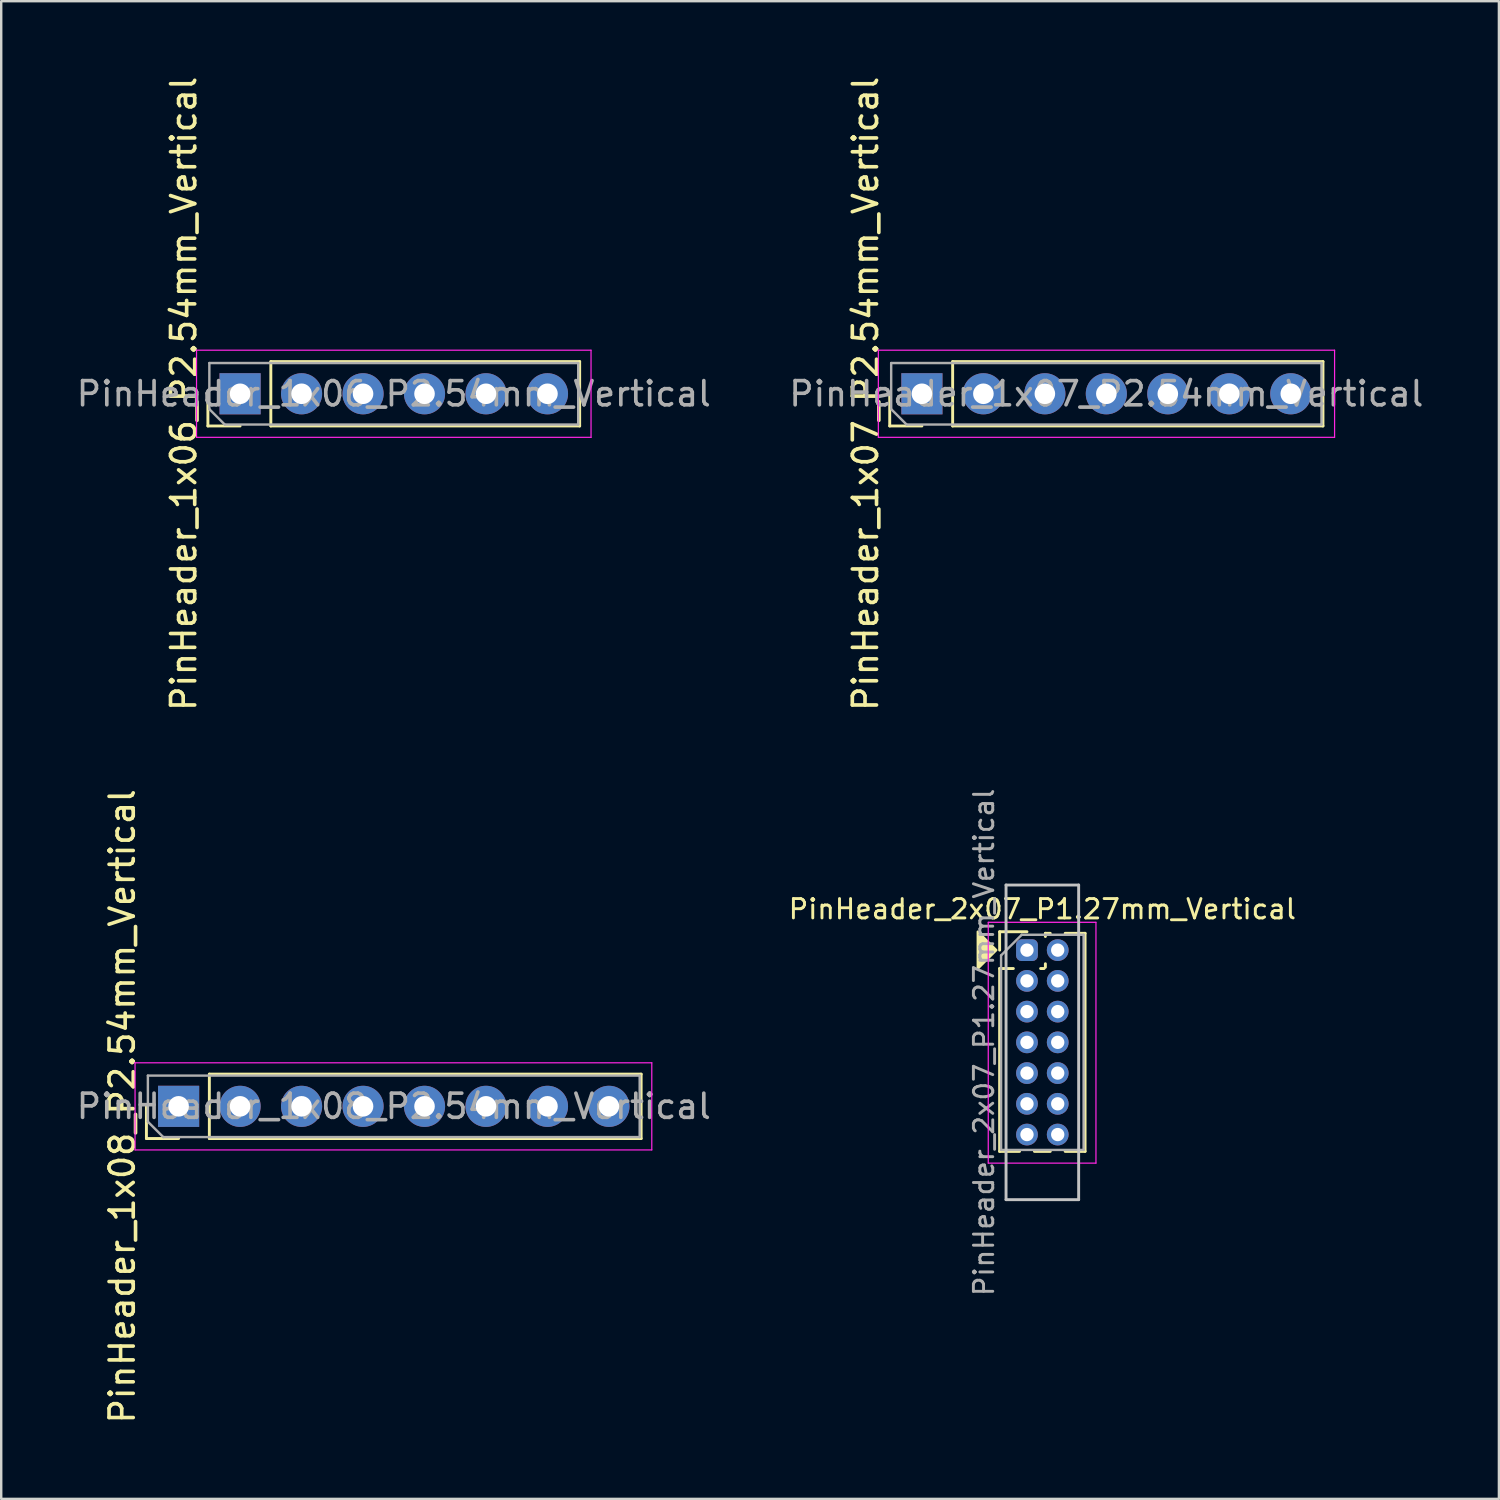
<source format=kicad_pcb>
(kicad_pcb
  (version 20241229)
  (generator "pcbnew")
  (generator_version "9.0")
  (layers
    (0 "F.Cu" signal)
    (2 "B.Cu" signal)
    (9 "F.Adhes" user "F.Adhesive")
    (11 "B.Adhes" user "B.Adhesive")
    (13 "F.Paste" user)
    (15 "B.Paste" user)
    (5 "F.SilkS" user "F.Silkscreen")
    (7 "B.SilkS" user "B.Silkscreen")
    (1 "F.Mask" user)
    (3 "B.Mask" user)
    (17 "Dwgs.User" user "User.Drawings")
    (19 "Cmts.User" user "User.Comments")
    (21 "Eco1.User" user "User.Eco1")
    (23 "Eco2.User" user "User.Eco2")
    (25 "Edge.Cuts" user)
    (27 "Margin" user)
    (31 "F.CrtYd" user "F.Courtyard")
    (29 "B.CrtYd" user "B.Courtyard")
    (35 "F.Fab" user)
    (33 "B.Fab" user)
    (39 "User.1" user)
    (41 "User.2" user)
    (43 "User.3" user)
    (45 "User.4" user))
  (footprint "PinHeader_1x06_P2.54mm_Vertical"
    (layer "F.Cu")
    (at 13.22 13.22)
    (property "Reference" "PinHeader_1x06_P2.54mm_Vertical" (at -8.68 0 90) (layer "F.SilkS") (effects (font (size 1 1) (thickness 0.15))))
    (attr through_hole)
    (fp_line (start -7.68 1.33) (end -7.68 0) (stroke (width 0.12) (type solid)) (layer "F.SilkS"))
    (fp_line (start -6.35 1.33) (end -7.68 1.33) (stroke (width 0.12) (type solid)) (layer "F.SilkS"))
    (fp_line (start -5.08 -1.33) (end 7.68 -1.33) (stroke (width 0.12) (type solid)) (layer "F.SilkS"))
    (fp_line (start -5.08 1.33) (end -5.08 -1.33) (stroke (width 0.12) (type solid)) (layer "F.SilkS"))
    (fp_line (start -5.08 1.33) (end 7.68 1.33) (stroke (width 0.12) (type solid)) (layer "F.SilkS"))
    (fp_line (start 7.68 1.33) (end 7.68 -1.33) (stroke (width 0.12) (type solid)) (layer "F.SilkS"))
    (fp_line (start -8.15 -1.8) (end -8.15 1.8) (stroke (width 0.05) (type solid)) (layer "F.CrtYd"))
    (fp_line (start -8.15 1.8) (end 8.15 1.8) (stroke (width 0.05) (type solid)) (layer "F.CrtYd"))
    (fp_line (start 8.15 -1.8) (end -8.15 -1.8) (stroke (width 0.05) (type solid)) (layer "F.CrtYd"))
    (fp_line (start 8.15 1.8) (end 8.15 -1.8) (stroke (width 0.05) (type solid)) (layer "F.CrtYd"))
    (fp_line (start -7.62 -1.27) (end 7.62 -1.27) (stroke (width 0.1) (type solid)) (layer "F.Fab"))
    (fp_line (start -7.62 0.635) (end -7.62 -1.27) (stroke (width 0.1) (type solid)) (layer "F.Fab"))
    (fp_line (start -6.985 1.27) (end -7.62 0.635) (stroke (width 0.1) (type solid)) (layer "F.Fab"))
    (fp_line (start 7.62 -1.27) (end 7.62 1.27) (stroke (width 0.1) (type solid)) (layer "F.Fab"))
    (fp_line (start 7.62 1.27) (end -6.985 1.27) (stroke (width 0.1) (type solid)) (layer "F.Fab"))
    (fp_text user "${REFERENCE}" (at 0 0 180) (layer "F.Fab") (effects (font (size 1 1) (thickness 0.15))))
    (pad "1" thru_hole rect (at -6.35 0 90) (size 1.7 1.7) (drill 0.85) (layers "*.Cu" "*.Mask"))
    (pad "2" thru_hole oval (at -3.81 0 90) (size 1.7 1.7) (drill 0.85) (layers "*.Cu" "*.Mask"))
    (pad "3" thru_hole oval (at -1.27 0 90) (size 1.7 1.7) (drill 0.85) (layers "*.Cu" "*.Mask"))
    (pad "4" thru_hole oval (at 1.27 0 90) (size 1.7 1.7) (drill 0.85) (layers "*.Cu" "*.Mask"))
    (pad "5" thru_hole oval (at 3.81 0 90) (size 1.7 1.7) (drill 0.85) (layers "*.Cu" "*.Mask"))
    (pad "6" thru_hole oval (at 6.35 0 90) (size 1.7 1.7) (drill 0.85) (layers "*.Cu" "*.Mask")))
  (footprint "PinHeader_2x07_P1.27mm_Vertical"
    (layer "F.Cu")
    (at 39.382 36.207)
    (property "Reference" "PinHeader_2x07_P1.27mm_Vertical" (at 0.635 -1.695 0) (layer "F.SilkS") (effects (font (size 0.8 0.8) (thickness 0.12))))
    (attr through_hole)
    (fp_line (start -1.13 -0.76) (end 0 -0.76) (stroke (width 0.12) (type solid)) (layer "F.SilkS"))
    (fp_line (start -1.13 0) (end -1.13 -0.76) (stroke (width 0.12) (type solid)) (layer "F.SilkS"))
    (fp_line (start -1.13 0.76) (end -1.13 8.315) (stroke (width 0.12) (type solid)) (layer "F.SilkS"))
    (fp_line (start -1.13 0.76) (end -0.563 0.76) (stroke (width 0.12) (type solid)) (layer "F.SilkS"))
    (fp_line (start -1.13 8.315) (end -0.308 8.315) (stroke (width 0.12) (type solid)) (layer "F.SilkS"))
    (fp_line (start 0.308 8.315) (end 0.962 8.315) (stroke (width 0.12) (type solid)) (layer "F.SilkS"))
    (fp_line (start 0.563 0.76) (end 0.707 0.76) (stroke (width 0.12) (type solid)) (layer "F.SilkS"))
    (fp_line (start 0.76 -0.695) (end 0.962 -0.695) (stroke (width 0.12) (type solid)) (layer "F.SilkS"))
    (fp_line (start 0.76 -0.563) (end 0.76 -0.695) (stroke (width 0.12) (type solid)) (layer "F.SilkS"))
    (fp_line (start 0.76 0.707) (end 0.76 0.563) (stroke (width 0.12) (type solid)) (layer "F.SilkS"))
    (fp_line (start 1.578 -0.695) (end 2.4 -0.695) (stroke (width 0.12) (type solid)) (layer "F.SilkS"))
    (fp_line (start 1.578 8.315) (end 2.4 8.315) (stroke (width 0.12) (type solid)) (layer "F.SilkS"))
    (fp_line (start 2.4 -0.695) (end 2.4 8.315) (stroke (width 0.12) (type solid)) (layer "F.SilkS"))
    (fp_poly (pts (xy -1.27 0) (xy -2.032 0.762) (xy -2.032 -0.762)) (stroke (width 0.1) (type solid)) (fill yes) (layer "F.SilkS"))
    (fp_line (start -0.865 -2.69) (end 2.135 -2.69) (stroke (width 0.12) (type solid)) (layer "Dwgs.User"))
    (fp_line (start -0.865 10.31) (end -0.865 -2.69) (stroke (width 0.12) (type solid)) (layer "Dwgs.User"))
    (fp_line (start 2.135 -2.69) (end 2.135 10.31) (stroke (width 0.12) (type solid)) (layer "Dwgs.User"))
    (fp_line (start 2.135 10.31) (end -0.865 10.31) (stroke (width 0.12) (type solid)) (layer "Dwgs.User"))
    (fp_line (start -1.6 -1.15) (end -1.6 8.8) (stroke (width 0.05) (type solid)) (layer "F.CrtYd"))
    (fp_line (start -1.6 8.8) (end 2.85 8.8) (stroke (width 0.05) (type solid)) (layer "F.CrtYd"))
    (fp_line (start 2.85 -1.15) (end -1.6 -1.15) (stroke (width 0.05) (type solid)) (layer "F.CrtYd"))
    (fp_line (start 2.85 8.8) (end 2.85 -1.15) (stroke (width 0.05) (type solid)) (layer "F.CrtYd"))
    (fp_line (start -1.07 0.217) (end -0.217 -0.635) (stroke (width 0.1) (type solid)) (layer "F.Fab"))
    (fp_line (start -1.07 8.255) (end -1.07 0.217) (stroke (width 0.1) (type solid)) (layer "F.Fab"))
    (fp_line (start -0.217 -0.635) (end 2.34 -0.635) (stroke (width 0.1) (type solid)) (layer "F.Fab"))
    (fp_line (start 2.34 -0.635) (end 2.34 8.255) (stroke (width 0.1) (type solid)) (layer "F.Fab"))
    (fp_line (start 2.34 8.255) (end -1.07 8.255) (stroke (width 0.1) (type solid)) (layer "F.Fab"))
    (fp_text user "${REFERENCE}" (at -1.778 3.81 90) (layer "F.Fab") (effects (font (size 0.8 0.8) (thickness 0.12))))
    (pad "1" thru_hole roundrect (at 0 0) (size 0.9 0.9) (drill 0.55) (layers "*.Cu" "*.Mask") (roundrect_rratio 0.25))
    (pad "2" thru_hole circle (at 1.27 0) (size 0.9 0.9) (drill 0.55) (layers "*.Cu" "*.Mask"))
    (pad "3" thru_hole circle (at 0 1.27) (size 0.9 0.9) (drill 0.55) (layers "*.Cu" "*.Mask"))
    (pad "4" thru_hole circle (at 1.27 1.27) (size 0.9 0.9) (drill 0.55) (layers "*.Cu" "*.Mask"))
    (pad "5" thru_hole circle (at 0 2.54) (size 0.9 0.9) (drill 0.55) (layers "*.Cu" "*.Mask"))
    (pad "6" thru_hole circle (at 1.27 2.54) (size 0.9 0.9) (drill 0.55) (layers "*.Cu" "*.Mask"))
    (pad "7" thru_hole circle (at 0 3.81) (size 0.9 0.9) (drill 0.55) (layers "*.Cu" "*.Mask"))
    (pad "8" thru_hole circle (at 1.27 3.81) (size 0.9 0.9) (drill 0.55) (layers "*.Cu" "*.Mask"))
    (pad "9" thru_hole circle (at 0 5.08) (size 0.9 0.9) (drill 0.55) (layers "*.Cu" "*.Mask"))
    (pad "10" thru_hole circle (at 1.27 5.08) (size 0.9 0.9) (drill 0.55) (layers "*.Cu" "*.Mask"))
    (pad "11" thru_hole circle (at 0 6.35) (size 0.9 0.9) (drill 0.55) (layers "*.Cu" "*.Mask"))
    (pad "12" thru_hole circle (at 1.27 6.35) (size 0.9 0.9) (drill 0.55) (layers "*.Cu" "*.Mask"))
    (pad "13" thru_hole circle (at 0 7.62) (size 0.9 0.9) (drill 0.55) (layers "*.Cu" "*.Mask"))
    (pad "14" thru_hole circle (at 1.27 7.62) (size 0.9 0.9) (drill 0.55) (layers "*.Cu" "*.Mask")))
  (footprint "PinHeader_1x08_P2.54mm_Vertical"
    (layer "F.Cu")
    (at 13.22 42.661)
    (property "Reference" "PinHeader_1x08_P2.54mm_Vertical" (at -11.22 0 90) (layer "F.SilkS") (effects (font (size 1 1) (thickness 0.15))))
    (attr through_hole)
    (fp_line (start -10.22 1.33) (end -10.22 0) (stroke (width 0.12) (type solid)) (layer "F.SilkS"))
    (fp_line (start -8.89 1.33) (end -10.22 1.33) (stroke (width 0.12) (type solid)) (layer "F.SilkS"))
    (fp_line (start -7.62 -1.33) (end 10.22 -1.33) (stroke (width 0.12) (type solid)) (layer "F.SilkS"))
    (fp_line (start -7.62 1.33) (end -7.62 -1.33) (stroke (width 0.12) (type solid)) (layer "F.SilkS"))
    (fp_line (start -7.62 1.33) (end 10.22 1.33) (stroke (width 0.12) (type solid)) (layer "F.SilkS"))
    (fp_line (start 10.22 1.33) (end 10.22 -1.33) (stroke (width 0.12) (type solid)) (layer "F.SilkS"))
    (fp_line (start -10.69 -1.8) (end -10.69 1.8) (stroke (width 0.05) (type solid)) (layer "F.CrtYd"))
    (fp_line (start -10.69 1.8) (end 10.66 1.8) (stroke (width 0.05) (type solid)) (layer "F.CrtYd"))
    (fp_line (start 10.66 -1.8) (end -10.69 -1.8) (stroke (width 0.05) (type solid)) (layer "F.CrtYd"))
    (fp_line (start 10.66 1.8) (end 10.66 -1.8) (stroke (width 0.05) (type solid)) (layer "F.CrtYd"))
    (fp_line (start -10.16 -1.27) (end 10.16 -1.27) (stroke (width 0.1) (type solid)) (layer "F.Fab"))
    (fp_line (start -10.16 0.635) (end -10.16 -1.27) (stroke (width 0.1) (type solid)) (layer "F.Fab"))
    (fp_line (start -9.525 1.27) (end -10.16 0.635) (stroke (width 0.1) (type solid)) (layer "F.Fab"))
    (fp_line (start 10.16 -1.27) (end 10.16 1.27) (stroke (width 0.1) (type solid)) (layer "F.Fab"))
    (fp_line (start 10.16 1.27) (end -9.525 1.27) (stroke (width 0.1) (type solid)) (layer "F.Fab"))
    (fp_text user "${REFERENCE}" (at 0 0 180) (layer "F.Fab") (effects (font (size 1 1) (thickness 0.15))))
    (pad "1" thru_hole rect (at -8.89 0 90) (size 1.7 1.7) (drill 0.85) (layers "*.Cu" "*.Mask"))
    (pad "2" thru_hole oval (at -6.35 0 90) (size 1.7 1.7) (drill 0.85) (layers "*.Cu" "*.Mask"))
    (pad "3" thru_hole oval (at -3.81 0 90) (size 1.7 1.7) (drill 0.85) (layers "*.Cu" "*.Mask"))
    (pad "4" thru_hole oval (at -1.27 0 90) (size 1.7 1.7) (drill 0.85) (layers "*.Cu" "*.Mask"))
    (pad "5" thru_hole oval (at 1.27 0 90) (size 1.7 1.7) (drill 0.85) (layers "*.Cu" "*.Mask"))
    (pad "6" thru_hole oval (at 3.81 0 90) (size 1.7 1.7) (drill 0.85) (layers "*.Cu" "*.Mask"))
    (pad "7" thru_hole oval (at 6.35 0 90) (size 1.7 1.7) (drill 0.85) (layers "*.Cu" "*.Mask"))
    (pad "8" thru_hole oval (at 8.89 0 90) (size 1.7 1.7) (drill 0.85) (layers "*.Cu" "*.Mask")))
  (footprint "PinHeader_1x07_P2.54mm_Vertical"
    (layer "F.Cu")
    (at 42.661 13.22)
    (property "Reference" "PinHeader_1x07_P2.54mm_Vertical" (at -9.95 0 90) (layer "F.SilkS") (effects (font (size 1 1) (thickness 0.15))))
    (attr through_hole)
    (fp_line (start -8.95 1.33) (end -8.95 0) (stroke (width 0.12) (type solid)) (layer "F.SilkS"))
    (fp_line (start -7.62 1.33) (end -8.95 1.33) (stroke (width 0.12) (type solid)) (layer "F.SilkS"))
    (fp_line (start -6.35 -1.33) (end 8.95 -1.33) (stroke (width 0.12) (type solid)) (layer "F.SilkS"))
    (fp_line (start -6.35 1.33) (end -6.35 -1.33) (stroke (width 0.12) (type solid)) (layer "F.SilkS"))
    (fp_line (start -6.35 1.33) (end 8.95 1.33) (stroke (width 0.12) (type solid)) (layer "F.SilkS"))
    (fp_line (start 8.95 1.33) (end 8.95 -1.33) (stroke (width 0.12) (type solid)) (layer "F.SilkS"))
    (fp_line (start -9.42 -1.8) (end -9.42 1.8) (stroke (width 0.05) (type solid)) (layer "F.CrtYd"))
    (fp_line (start -9.42 1.8) (end 9.43 1.8) (stroke (width 0.05) (type solid)) (layer "F.CrtYd"))
    (fp_line (start 9.43 -1.8) (end -9.42 -1.8) (stroke (width 0.05) (type solid)) (layer "F.CrtYd"))
    (fp_line (start 9.43 1.8) (end 9.43 -1.8) (stroke (width 0.05) (type solid)) (layer "F.CrtYd"))
    (fp_line (start -8.89 -1.27) (end 8.89 -1.27) (stroke (width 0.1) (type solid)) (layer "F.Fab"))
    (fp_line (start -8.89 0.635) (end -8.89 -1.27) (stroke (width 0.1) (type solid)) (layer "F.Fab"))
    (fp_line (start -8.255 1.27) (end -8.89 0.635) (stroke (width 0.1) (type solid)) (layer "F.Fab"))
    (fp_line (start 8.89 -1.27) (end 8.89 1.27) (stroke (width 0.1) (type solid)) (layer "F.Fab"))
    (fp_line (start 8.89 1.27) (end -8.255 1.27) (stroke (width 0.1) (type solid)) (layer "F.Fab"))
    (fp_text user "${REFERENCE}" (at 0 0 180) (layer "F.Fab") (effects (font (size 1 1) (thickness 0.15))))
    (pad "1" thru_hole rect (at -7.62 0 90) (size 1.7 1.7) (drill 0.85) (layers "*.Cu" "*.Mask"))
    (pad "2" thru_hole oval (at -5.08 0 90) (size 1.7 1.7) (drill 0.85) (layers "*.Cu" "*.Mask"))
    (pad "3" thru_hole oval (at -2.54 0 90) (size 1.7 1.7) (drill 0.85) (layers "*.Cu" "*.Mask"))
    (pad "4" thru_hole oval (at 0 0 90) (size 1.7 1.7) (drill 0.85) (layers "*.Cu" "*.Mask"))
    (pad "5" thru_hole oval (at 2.54 0 90) (size 1.7 1.7) (drill 0.85) (layers "*.Cu" "*.Mask"))
    (pad "6" thru_hole oval (at 5.08 0 90) (size 1.7 1.7) (drill 0.85) (layers "*.Cu" "*.Mask"))
    (pad "7" thru_hole oval (at 7.62 0 90) (size 1.7 1.7) (drill 0.85) (layers "*.Cu" "*.Mask")))
  (gr_rect
    (start -3 -3)
    (end 58.881 58.881)
    (stroke (width 0.1) (type default))
    (fill no)
    (layer "Edge.Cuts")))
</source>
